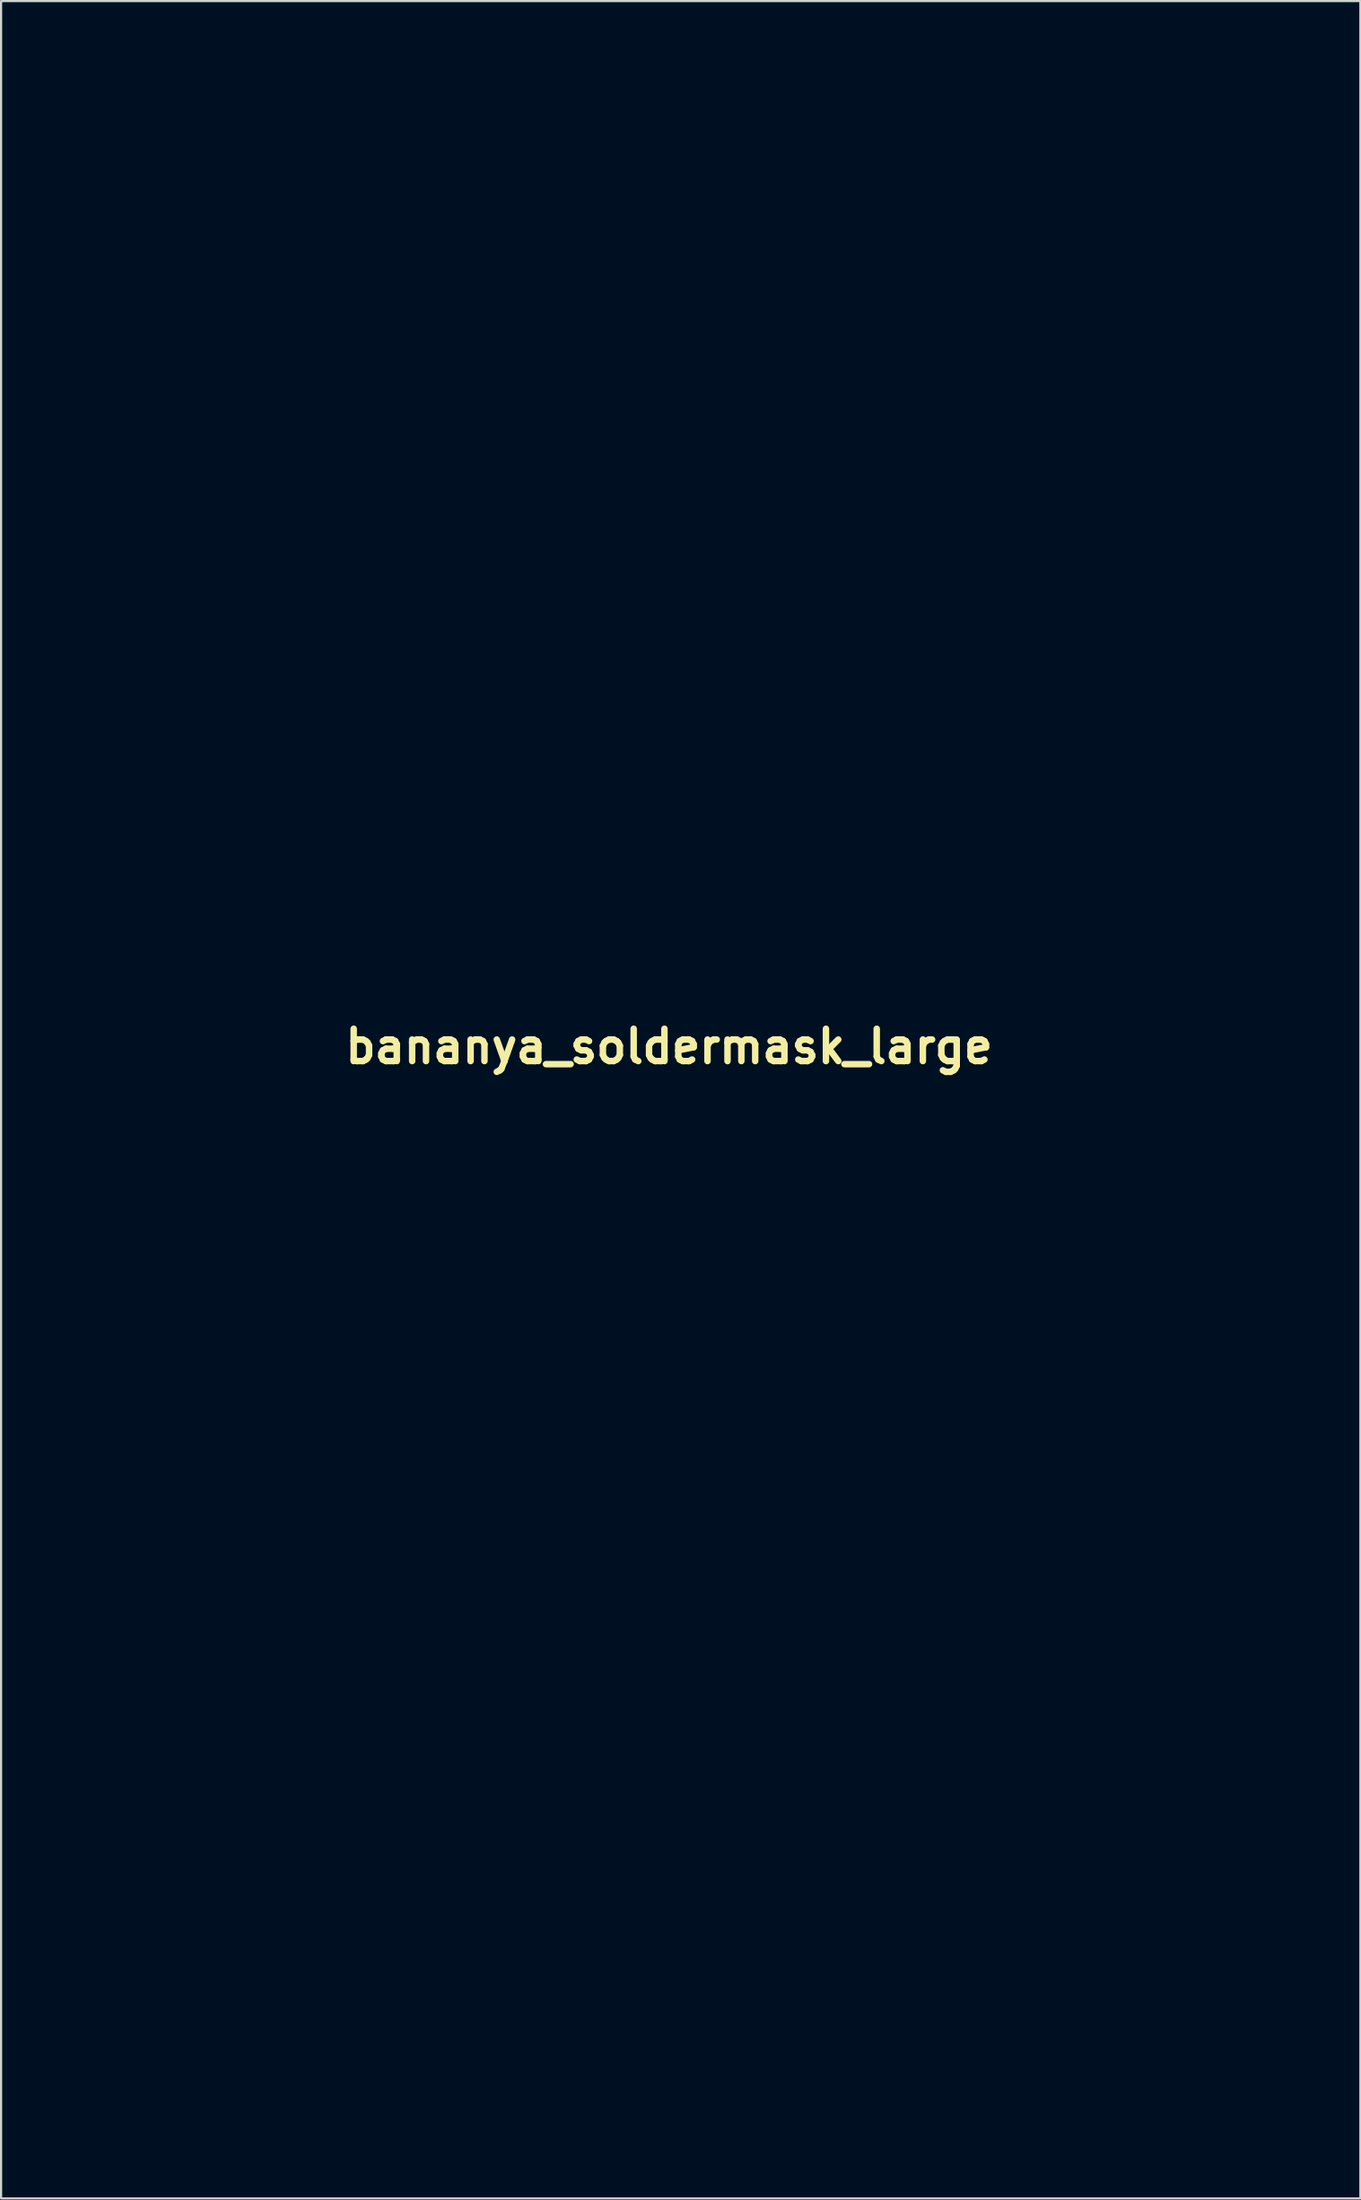
<source format=kicad_pcb>
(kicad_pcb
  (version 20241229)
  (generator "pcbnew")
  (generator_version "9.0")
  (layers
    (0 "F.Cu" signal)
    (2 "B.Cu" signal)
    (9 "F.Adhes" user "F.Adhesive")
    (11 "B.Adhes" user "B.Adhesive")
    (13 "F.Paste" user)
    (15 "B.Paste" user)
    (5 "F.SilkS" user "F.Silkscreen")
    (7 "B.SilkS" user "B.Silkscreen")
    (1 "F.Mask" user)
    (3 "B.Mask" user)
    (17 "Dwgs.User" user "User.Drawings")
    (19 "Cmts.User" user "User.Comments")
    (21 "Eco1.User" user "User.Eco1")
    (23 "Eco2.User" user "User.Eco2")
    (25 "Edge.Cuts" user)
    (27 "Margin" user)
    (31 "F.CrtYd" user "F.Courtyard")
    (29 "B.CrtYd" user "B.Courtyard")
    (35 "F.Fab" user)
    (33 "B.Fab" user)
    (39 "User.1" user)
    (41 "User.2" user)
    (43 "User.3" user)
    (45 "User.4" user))
  (footprint "bananya_soldermask_large"
    (layer "F.Cu")
    (at 28.016 45.537)
    (property "Reference" "bananya_soldermask_large" (at 0 0 0) (layer "F.SilkS") (effects (font (size 1.5 1.5) (thickness 0.3))))
    (attr board_only exclude_from_pos_files exclude_from_bom)
    (fp_poly (pts (xy -10.86 -33.186) (xy -10.547 -33.004) (xy -10.308 -32.696) (xy -10.269 -32.611) (xy -10.151 -32.134) (xy -10.159 -31.604) (xy -10.282 -31.07) (xy -10.509 -30.582) (xy -10.739 -30.28) (xy -11.138 -29.94) (xy -11.537 -29.759) (xy -11.927 -29.739) (xy -12.192 -29.825) (xy -12.443 -30.038) (xy -12.629 -30.372) (xy -12.746 -30.791) (xy -12.789 -31.258) (xy -12.75 -31.737) (xy -12.626 -32.189) (xy -12.563 -32.332) (xy -12.297 -32.726) (xy -11.966 -33.012) (xy -11.598 -33.187) (xy -11.22 -33.246)) (stroke (width 0) (type solid)) (fill yes) (layer "F.Mask"))
    (fp_poly (pts (xy -0.109 -32.569) (xy 0.171 -32.383) (xy 0.487 -32.004) (xy 0.687 -31.569) (xy 0.784 -31.043) (xy 0.798 -30.649) (xy 0.746 -30.033) (xy 0.601 -29.557) (xy 0.362 -29.22) (xy 0.028 -29.021) (xy -0.398 -28.959) (xy -0.691 -28.993) (xy -0.961 -29.071) (xy -0.974 -29.076) (xy -1.387 -29.349) (xy -1.69 -29.746) (xy -1.878 -30.26) (xy -1.947 -30.882) (xy -1.947 -30.93) (xy -1.888 -31.531) (xy -1.707 -32.017) (xy -1.404 -32.39) (xy -1.264 -32.498) (xy -0.903 -32.65) (xy -0.498 -32.673)) (stroke (width 0) (type solid)) (fill yes) (layer "F.Mask"))
    (fp_poly (pts (xy -14.715 -28.724) (xy -14.613 -28.672) (xy -14.596 -28.661) (xy -14.433 -28.479) (xy -14.393 -28.325) (xy -14.439 -28.123) (xy -14.586 -27.938) (xy -14.851 -27.758) (xy -15.25 -27.573) (xy -15.779 -27.379) (xy -16.225 -27.244) (xy -16.549 -27.189) (xy -16.78 -27.213) (xy -16.944 -27.314) (xy -16.963 -27.333) (xy -17.095 -27.586) (xy -17.076 -27.856) (xy -16.915 -28.107) (xy -16.689 -28.274) (xy -16.548 -28.327) (xy -16.285 -28.407) (xy -15.94 -28.503) (xy -15.67 -28.573) (xy -15.277 -28.67) (xy -15.011 -28.726) (xy -14.836 -28.743)) (stroke (width 0) (type solid)) (fill yes) (layer "F.Mask"))
    (fp_poly (pts (xy -15.79 -31.161) (xy -15.494 -31.017) (xy -15.437 -30.986) (xy -15.158 -30.808) (xy -14.856 -30.582) (xy -14.563 -30.334) (xy -14.311 -30.095) (xy -14.131 -29.893) (xy -14.055 -29.755) (xy -14.055 -29.747) (xy -14.126 -29.612) (xy -14.297 -29.48) (xy -14.504 -29.393) (xy -14.603 -29.381) (xy -14.814 -29.425) (xy -14.952 -29.486) (xy -15.122 -29.586) (xy -15.374 -29.732) (xy -15.572 -29.845) (xy -16.021 -30.106) (xy -16.342 -30.301) (xy -16.557 -30.448) (xy -16.684 -30.562) (xy -16.747 -30.659) (xy -16.764 -30.756) (xy -16.764 -30.764) (xy -16.704 -30.989) (xy -16.513 -31.137) (xy -16.228 -31.214) (xy -16.016 -31.221)) (stroke (width 0) (type solid)) (fill yes) (layer "F.Mask"))
    (fp_poly (pts (xy 3.659 -27.749) (xy 4.115 -27.541) (xy 4.339 -27.421) (xy 4.692 -27.222) (xy 5.013 -27.035) (xy 5.258 -26.887) (xy 5.355 -26.823) (xy 5.558 -26.616) (xy 5.651 -26.384) (xy 5.62 -26.174) (xy 5.572 -26.11) (xy 5.389 -26.01) (xy 5.125 -25.948) (xy 4.866 -25.939) (xy 4.747 -25.965) (xy 4.614 -26.044) (xy 4.405 -26.189) (xy 4.262 -26.295) (xy 4.018 -26.466) (xy 3.796 -26.595) (xy 3.706 -26.634) (xy 3.419 -26.777) (xy 3.125 -27.005) (xy 2.892 -27.259) (xy 2.832 -27.356) (xy 2.757 -27.534) (xy 2.779 -27.648) (xy 2.843 -27.723) (xy 3.039 -27.837) (xy 3.305 -27.847)) (stroke (width 0) (type solid)) (fill yes) (layer "F.Mask"))
    (fp_poly (pts (xy 5.607 -29.855) (xy 5.737 -29.804) (xy 5.848 -29.722) (xy 5.933 -29.64) (xy 6.111 -29.443) (xy 6.168 -29.298) (xy 6.11 -29.15) (xy 6.025 -29.037) (xy 5.94 -28.952) (xy 5.823 -28.891) (xy 5.641 -28.847) (xy 5.36 -28.813) (xy 4.947 -28.779) (xy 4.903 -28.776) (xy 4.484 -28.745) (xy 4.097 -28.712) (xy 3.792 -28.683) (xy 3.641 -28.665) (xy 3.346 -28.666) (xy 3.056 -28.726) (xy 2.838 -28.832) (xy 2.691 -28.954) (xy 2.683 -28.966) (xy 2.63 -29.174) (xy 2.739 -29.362) (xy 3 -29.525) (xy 3.407 -29.66) (xy 3.951 -29.761) (xy 4.289 -29.8) (xy 4.797 -29.847) (xy 5.166 -29.873) (xy 5.426 -29.877)) (stroke (width 0) (type solid)) (fill yes) (layer "F.Mask"))
    (fp_poly (pts (xy -6.711 -31.015) (xy -6.488 -30.869) (xy -6.336 -30.677) (xy -6.3 -30.479) (xy -6.306 -30.455) (xy -6.386 -30.171) (xy -6.401 -29.974) (xy -6.336 -29.805) (xy -6.175 -29.606) (xy -6.042 -29.464) (xy -5.649 -29.12) (xy -5.135 -28.793) (xy -4.835 -28.635) (xy -4.479 -28.442) (xy -4.168 -28.249) (xy -3.943 -28.082) (xy -3.866 -28.003) (xy -3.692 -27.771) (xy -3.866 -27.538) (xy -4.11 -27.344) (xy -4.448 -27.272) (xy -4.854 -27.322) (xy -5.305 -27.494) (xy -5.338 -27.511) (xy -5.617 -27.688) (xy -5.949 -27.945) (xy -6.277 -28.235) (xy -6.375 -28.332) (xy -6.942 -28.908) (xy -7.345 -28.522) (xy -7.751 -28.157) (xy -8.102 -27.905) (xy -8.443 -27.737) (xy -8.774 -27.638) (xy -9.224 -27.573) (xy -9.552 -27.615) (xy -9.752 -27.762) (xy -9.821 -28.014) (xy -9.821 -28.02) (xy -9.74 -28.283) (xy -9.493 -28.517) (xy -9.081 -28.721) (xy -9.036 -28.738) (xy -8.496 -28.989) (xy -8.05 -29.301) (xy -7.73 -29.65) (xy -7.645 -29.791) (xy -7.538 -30.022) (xy -7.508 -30.169) (xy -7.549 -30.293) (xy -7.588 -30.357) (xy -7.659 -30.589) (xy -7.586 -30.802) (xy -7.393 -30.97) (xy -7.106 -31.063) (xy -6.961 -31.073)) (stroke (width 0) (type solid)) (fill yes) (layer "F.Mask"))
    (fp_poly (pts (xy 10.075 -9.369) (xy 10.678 -9.331) (xy 11.168 -9.272) (xy 11.604 -9.178) (xy 12.042 -9.037) (xy 12.54 -8.834) (xy 12.77 -8.732) (xy 13.444 -8.397) (xy 14.166 -7.982) (xy 14.897 -7.515) (xy 15.597 -7.022) (xy 16.228 -6.53) (xy 16.751 -6.065) (xy 16.861 -5.955) (xy 17.433 -5.315) (xy 18.026 -4.558) (xy 18.609 -3.73) (xy 19.152 -2.874) (xy 19.623 -2.035) (xy 19.775 -1.736) (xy 20.454 -0.274) (xy 21.011 1.086) (xy 21.416 2.242) (xy 21.657 3.056) (xy 21.888 3.948) (xy 22.101 4.877) (xy 22.285 5.799) (xy 22.434 6.674) (xy 22.538 7.457) (xy 22.576 7.874) (xy 22.591 8.307) (xy 22.591 8.863) (xy 22.575 9.508) (xy 22.547 10.206) (xy 22.509 10.922) (xy 22.461 11.622) (xy 22.407 12.271) (xy 22.348 12.833) (xy 22.286 13.274) (xy 22.263 13.4) (xy 22.112 14.067) (xy 21.95 14.666) (xy 21.783 15.173) (xy 21.619 15.562) (xy 21.468 15.809) (xy 21.467 15.811) (xy 21.265 16.044) (xy 21.205 15.803) (xy 21.176 15.522) (xy 21.191 15.084) (xy 21.252 14.487) (xy 21.357 13.73) (xy 21.436 13.23) (xy 21.509 12.765) (xy 21.556 12.398) (xy 21.577 12.076) (xy 21.575 11.744) (xy 21.552 11.346) (xy 21.516 10.902) (xy 21.364 9.317) (xy 21.194 7.875) (xy 20.999 6.553) (xy 20.774 5.325) (xy 20.515 4.167) (xy 20.216 3.054) (xy 19.872 1.961) (xy 19.477 0.863) (xy 19.289 0.381) (xy 18.625 -1.145) (xy 17.903 -2.525) (xy 17.112 -3.776) (xy 16.242 -4.916) (xy 15.933 -5.272) (xy 15.715 -5.511) (xy 15.509 -5.721) (xy 15.287 -5.924) (xy 15.025 -6.141) (xy 14.696 -6.396) (xy 14.273 -6.709) (xy 13.887 -6.99) (xy 13.026 -7.572) (xy 12.219 -8.024) (xy 11.431 -8.359) (xy 10.628 -8.592) (xy 9.776 -8.735) (xy 9.398 -8.772) (xy 8.919 -8.82) (xy 8.59 -8.878) (xy 8.392 -8.952) (xy 8.305 -9.048) (xy 8.297 -9.096) (xy 8.379 -9.221) (xy 8.619 -9.312) (xy 9.009 -9.366) (xy 9.542 -9.383)) (stroke (width 0) (type solid)) (fill yes) (layer "F.Mask"))
    (fp_poly (pts (xy 5.495 -6.649) (xy 5.583 -6.58) (xy 5.661 -6.425) (xy 5.73 -6.179) (xy 5.79 -5.834) (xy 5.842 -5.381) (xy 5.886 -4.814) (xy 5.923 -4.126) (xy 5.952 -3.309) (xy 5.974 -2.355) (xy 5.991 -1.258) (xy 6.001 -0.01) (xy 6.007 1.397) (xy 6.007 2.117) (xy 6.006 3.062) (xy 6.002 3.991) (xy 5.996 4.885) (xy 5.988 5.723) (xy 5.977 6.485) (xy 5.965 7.151) (xy 5.952 7.701) (xy 5.938 8.114) (xy 5.928 8.297) (xy 5.895 8.81) (xy 5.856 9.432) (xy 5.816 10.102) (xy 5.777 10.759) (xy 5.755 11.134) (xy 5.715 11.771) (xy 5.662 12.51) (xy 5.602 13.281) (xy 5.54 14.018) (xy 5.497 14.478) (xy 5.436 15.127) (xy 5.369 15.835) (xy 5.303 16.543) (xy 5.244 17.189) (xy 5.205 17.611) (xy 5.166 18.041) (xy 5.127 18.443) (xy 5.086 18.841) (xy 5.04 19.255) (xy 4.986 19.707) (xy 4.922 20.221) (xy 4.845 20.816) (xy 4.753 21.516) (xy 4.643 22.343) (xy 4.527 23.199) (xy 4.41 24.064) (xy 4.309 24.795) (xy 4.216 25.419) (xy 4.127 25.964) (xy 4.035 26.459) (xy 3.933 26.932) (xy 3.815 27.411) (xy 3.675 27.926) (xy 3.506 28.502) (xy 3.303 29.171) (xy 3.059 29.958) (xy 2.922 30.395) (xy 2.684 31.138) (xy 2.423 31.916) (xy 2.146 32.712) (xy 1.859 33.509) (xy 1.57 34.29) (xy 1.285 35.037) (xy 1.01 35.733) (xy 0.753 36.362) (xy 0.519 36.906) (xy 0.317 37.348) (xy 0.152 37.671) (xy 0.031 37.858) (xy -0.006 37.892) (xy -0.063 37.857) (xy -0.085 37.716) (xy -0.059 37.434) (xy 0.012 37.019) (xy 0.123 36.502) (xy 0.267 35.91) (xy 0.436 35.272) (xy 0.625 34.618) (xy 0.681 34.433) (xy 1.066 33.178) (xy 1.405 32.072) (xy 1.7 31.101) (xy 1.955 30.253) (xy 2.174 29.514) (xy 2.36 28.872) (xy 2.517 28.313) (xy 2.649 27.825) (xy 2.759 27.394) (xy 2.852 27.008) (xy 2.929 26.654) (xy 2.996 26.318) (xy 3.056 25.988) (xy 3.09 25.781) (xy 3.154 25.37) (xy 3.232 24.831) (xy 3.322 24.19) (xy 3.419 23.471) (xy 3.521 22.701) (xy 3.624 21.905) (xy 3.725 21.108) (xy 3.821 20.336) (xy 3.909 19.615) (xy 3.986 18.969) (xy 4.047 18.424) (xy 4.09 18.006) (xy 4.107 17.822) (xy 4.13 17.546) (xy 4.166 17.135) (xy 4.212 16.62) (xy 4.265 16.034) (xy 4.323 15.41) (xy 4.363 14.986) (xy 4.425 14.305) (xy 4.488 13.593) (xy 4.547 12.894) (xy 4.599 12.255) (xy 4.641 11.718) (xy 4.655 11.515) (xy 4.69 11.007) (xy 4.733 10.383) (xy 4.78 9.697) (xy 4.828 9) (xy 4.874 8.346) (xy 4.874 8.34) (xy 4.902 7.887) (xy 4.926 7.372) (xy 4.947 6.782) (xy 4.965 6.106) (xy 4.981 5.33) (xy 4.993 4.443) (xy 5.003 3.432) (xy 5.011 2.286) (xy 5.017 0.991) (xy 5.021 -0.064) (xy 5.024 -1.274) (xy 5.027 -2.325) (xy 5.031 -3.229) (xy 5.036 -3.996) (xy 5.041 -4.64) (xy 5.048 -5.169) (xy 5.056 -5.596) (xy 5.066 -5.932) (xy 5.078 -6.187) (xy 5.092 -6.373) (xy 5.109 -6.502) (xy 5.129 -6.583) (xy 5.152 -6.629) (xy 5.178 -6.65) (xy 5.186 -6.653) (xy 5.393 -6.668)) (stroke (width 0) (type solid)) (fill yes) (layer "F.Mask"))
    (fp_poly (pts (xy -2.485 -45.525) (xy -1.581 -45.489) (xy -0.689 -45.429) (xy 0.161 -45.347) (xy 0.804 -45.262) (xy 1.067 -45.214) (xy 1.442 -45.133) (xy 1.899 -45.028) (xy 2.411 -44.904) (xy 2.951 -44.77) (xy 3.49 -44.632) (xy 4 -44.497) (xy 4.452 -44.373) (xy 4.821 -44.267) (xy 5.076 -44.186) (xy 5.184 -44.142) (xy 5.287 -44.152) (xy 5.51 -44.215) (xy 5.816 -44.319) (xy 6.034 -44.4) (xy 6.714 -44.645) (xy 7.319 -44.824) (xy 7.919 -44.953) (xy 8.586 -45.051) (xy 8.636 -45.057) (xy 9.103 -45.101) (xy 9.643 -45.133) (xy 10.221 -45.152) (xy 10.803 -45.16) (xy 11.355 -45.154) (xy 11.844 -45.137) (xy 12.234 -45.107) (xy 12.493 -45.064) (xy 12.51 -45.059) (xy 12.694 -45) (xy 12.839 -44.931) (xy 12.949 -44.834) (xy 13.027 -44.689) (xy 13.079 -44.477) (xy 13.108 -44.178) (xy 13.119 -43.772) (xy 13.117 -43.241) (xy 13.105 -42.563) (xy 13.101 -42.395) (xy 13.084 -41.665) (xy 13.063 -41.073) (xy 13.037 -40.589) (xy 13.002 -40.18) (xy 12.957 -39.816) (xy 12.9 -39.465) (xy 12.867 -39.293) (xy 12.785 -38.863) (xy 12.74 -38.565) (xy 12.728 -38.366) (xy 12.748 -38.234) (xy 12.788 -38.15) (xy 12.867 -38.016) (xy 13.011 -37.764) (xy 13.203 -37.427) (xy 13.424 -37.034) (xy 13.531 -36.841) (xy 14.252 -35.453) (xy 14.942 -33.938) (xy 15.585 -32.336) (xy 16.166 -30.689) (xy 16.671 -29.037) (xy 17.083 -27.422) (xy 17.146 -27.136) (xy 17.234 -26.746) (xy 17.354 -26.24) (xy 17.493 -25.663) (xy 17.641 -25.063) (xy 17.769 -24.553) (xy 17.913 -23.969) (xy 18.053 -23.366) (xy 18.179 -22.79) (xy 18.28 -22.289) (xy 18.34 -21.95) (xy 18.49 -20.997) (xy 18.961 -20.997) (xy 19.35 -20.964) (xy 19.837 -20.874) (xy 20.365 -20.742) (xy 20.878 -20.583) (xy 21.319 -20.411) (xy 21.441 -20.353) (xy 22.255 -19.889) (xy 22.993 -19.363) (xy 23.607 -18.808) (xy 23.609 -18.805) (xy 24.031 -18.318) (xy 24.492 -17.7) (xy 24.976 -16.981) (xy 25.465 -16.191) (xy 25.943 -15.358) (xy 26.393 -14.513) (xy 26.797 -13.685) (xy 27.14 -12.903) (xy 27.379 -12.266) (xy 27.509 -11.861) (xy 27.658 -11.359) (xy 27.815 -10.8) (xy 27.971 -10.221) (xy 28.116 -9.659) (xy 28.239 -9.154) (xy 28.33 -8.742) (xy 28.373 -8.509) (xy 28.478 -7.79) (xy 28.585 -6.996) (xy 28.684 -6.2) (xy 28.767 -5.473) (xy 28.79 -5.249) (xy 28.837 -4.804) (xy 28.889 -4.351) (xy 28.938 -3.96) (xy 28.959 -3.81) (xy 28.997 -3.453) (xy 29.03 -2.959) (xy 29.057 -2.361) (xy 29.078 -1.692) (xy 29.093 -0.984) (xy 29.101 -0.271) (xy 29.101 0.416) (xy 29.093 1.044) (xy 29.076 1.58) (xy 29.051 1.991) (xy 29.047 2.032) (xy 29.014 2.419) (xy 28.978 2.932) (xy 28.942 3.528) (xy 28.908 4.163) (xy 28.879 4.794) (xy 28.874 4.911) (xy 28.811 6.001) (xy 28.71 7.143) (xy 28.575 8.308) (xy 28.411 9.463) (xy 28.224 10.579) (xy 28.017 11.623) (xy 27.796 12.565) (xy 27.566 13.375) (xy 27.524 13.504) (xy 27.375 13.962) (xy 27.228 14.428) (xy 27.102 14.842) (xy 27.024 15.113) (xy 26.916 15.464) (xy 26.755 15.935) (xy 26.555 16.489) (xy 26.328 17.091) (xy 26.089 17.705) (xy 25.85 18.295) (xy 25.627 18.825) (xy 25.547 19.008) (xy 25.053 20.014) (xy 24.537 20.857) (xy 23.992 21.543) (xy 23.415 22.077) (xy 22.798 22.466) (xy 22.138 22.714) (xy 22.016 22.744) (xy 21.327 22.825) (xy 20.651 22.763) (xy 20.033 22.562) (xy 20.022 22.557) (xy 19.703 22.376) (xy 19.438 22.154) (xy 19.225 21.877) (xy 19.06 21.53) (xy 18.941 21.099) (xy 18.864 20.571) (xy 18.826 19.931) (xy 18.825 19.165) (xy 18.858 18.259) (xy 18.914 17.299) (xy 18.985 16.077) (xy 19.026 14.974) (xy 19.037 13.941) (xy 19.016 12.928) (xy 18.963 11.889) (xy 18.877 10.774) (xy 18.82 10.16) (xy 18.799 9.952) (xy 18.78 9.842) (xy 18.763 9.842) (xy 18.742 9.966) (xy 18.714 10.229) (xy 18.677 10.642) (xy 18.663 10.795) (xy 18.597 11.421) (xy 18.498 12.178) (xy 18.371 13.035) (xy 18.223 13.957) (xy 18.059 14.912) (xy 17.885 15.867) (xy 17.706 16.789) (xy 17.529 17.644) (xy 17.358 18.401) (xy 17.352 18.425) (xy 17.123 19.364) (xy 16.913 20.178) (xy 16.709 20.909) (xy 16.498 21.596) (xy 16.267 22.282) (xy 16.004 23.008) (xy 15.695 23.814) (xy 15.622 24.003) (xy 15.119 25.254) (xy 14.623 26.422) (xy 14.116 27.541) (xy 13.581 28.646) (xy 13.001 29.771) (xy 12.36 30.95) (xy 11.641 32.218) (xy 11.358 32.707) (xy 11.045 33.248) (xy 10.733 33.791) (xy 10.442 34.302) (xy 10.191 34.746) (xy 10.001 35.091) (xy 9.953 35.179) (xy 9.619 35.768) (xy 9.211 36.437) (xy 8.762 37.135) (xy 8.305 37.811) (xy 7.873 38.412) (xy 7.782 38.533) (xy 7.515 38.861) (xy 7.148 39.278) (xy 6.709 39.758) (xy 6.221 40.274) (xy 5.711 40.8) (xy 5.203 41.31) (xy 4.724 41.777) (xy 4.298 42.175) (xy 4.023 42.419) (xy 3.252 43.122) (xy 2.446 43.943) (xy 1.634 44.846) (xy 0.847 45.794) (xy 0.118 46.749) (xy -0.524 47.676) (xy -0.762 48.053) (xy -1.178 48.652) (xy -1.647 49.194) (xy -2.135 49.644) (xy -2.612 49.969) (xy -2.684 50.007) (xy -2.992 50.148) (xy -3.269 50.25) (xy -3.458 50.292) (xy -3.466 50.292) (xy -3.701 50.316) (xy -3.97 50.371) (xy -3.979 50.374) (xy -4.214 50.412) (xy -4.581 50.443) (xy -5.047 50.466) (xy -5.574 50.48) (xy -6.128 50.485) (xy -6.673 50.481) (xy -7.172 50.467) (xy -7.59 50.443) (xy -7.874 50.412) (xy -8.549 50.288) (xy -9.09 50.148) (xy -9.532 49.98) (xy -9.909 49.772) (xy -9.98 49.725) (xy -10.49 49.332) (xy -10.964 48.885) (xy -11.362 48.425) (xy -11.639 48.006) (xy -11.734 47.822) (xy -11.801 47.659) (xy -11.847 47.483) (xy -11.875 47.26) (xy -11.892 46.955) (xy -11.902 46.535) (xy -11.907 46.228) (xy -11.943 45.345) (xy -12.027 44.609) (xy -12.161 44.003) (xy -12.349 43.511) (xy -12.473 43.289) (xy -12.819 42.677) (xy -13.18 41.912) (xy -13.546 41.021) (xy -13.681 40.677) (xy -13.864 40.21) (xy -14.083 39.656) (xy -14.323 39.048) (xy -14.571 38.422) (xy -14.734 38.013) (xy -15.118 37.037) (xy -15.443 36.185) (xy -15.717 35.425) (xy -15.948 34.727) (xy -16.145 34.06) (xy -16.317 33.393) (xy -16.472 32.694) (xy -16.62 31.932) (xy -16.767 31.077) (xy -16.924 30.099) (xy -17.045 29.32) (xy -17.142 28.676) (xy -17.221 28.135) (xy -17.285 27.665) (xy -17.338 27.233) (xy -17.384 26.808) (xy -17.428 26.357) (xy -17.473 25.849) (xy -17.482 25.739) (xy -17.536 25.121) (xy -17.598 24.421) (xy -17.661 23.718) (xy -17.719 23.09) (xy -17.728 22.987) (xy -17.779 22.432) (xy -17.837 21.771) (xy -17.897 21.067) (xy -17.954 20.383) (xy -17.987 19.981) (xy -18.083 18.779) (xy -18.168 17.736) (xy -18.241 16.842) (xy -18.273 16.455) (xy -17.071 16.455) (xy -17.058 16.694) (xy -17.031 17.06) (xy -16.994 17.535) (xy -16.946 18.097) (xy -16.892 18.725) (xy -16.831 19.401) (xy -16.767 20.103) (xy -16.7 20.811) (xy -16.634 21.506) (xy -16.569 22.165) (xy -16.507 22.771) (xy -16.451 23.301) (xy -16.402 23.736) (xy -16.38 23.918) (xy -16.332 24.329) (xy -16.276 24.854) (xy -16.217 25.442) (xy -16.161 26.039) (xy -16.131 26.374) (xy -16.047 27.224) (xy -15.937 28.16) (xy -15.806 29.144) (xy -15.661 30.137) (xy -15.507 31.1) (xy -15.351 31.994) (xy -15.197 32.781) (xy -15.109 33.18) (xy -14.959 33.755) (xy -14.749 34.449) (xy -14.491 35.225) (xy -14.197 36.048) (xy -13.879 36.884) (xy -13.586 37.611) (xy -13.349 38.188) (xy -13.097 38.812) (xy -12.854 39.427) (xy -12.64 39.978) (xy -12.522 40.288) (xy -12.218 41.083) (xy -11.937 41.771) (xy -11.685 42.341) (xy -11.466 42.783) (xy -11.286 43.086) (xy -11.15 43.24) (xy -11.131 43.25) (xy -11.003 43.398) (xy -10.896 43.713) (xy -10.81 44.196) (xy -10.745 44.846) (xy -10.702 45.665) (xy -10.7 45.707) (xy -10.663 46.778) (xy -10.348 46.767) (xy -10.181 46.762) (xy -9.87 46.754) (xy -9.442 46.743) (xy -8.921 46.73) (xy -8.334 46.716) (xy -7.706 46.7) (xy -7.705 46.7) (xy -5.376 46.645) (xy -5.025 45.956) (xy -4.85 45.633) (xy -4.683 45.357) (xy -4.551 45.173) (xy -4.513 45.134) (xy -4.387 44.988) (xy -4.229 44.748) (xy -4.108 44.535) (xy -3.95 44.248) (xy -3.74 43.88) (xy -3.513 43.495) (xy -3.425 43.349) (xy -2.877 42.45) (xy -2.41 41.685) (xy -2.017 41.044) (xy -1.692 40.518) (xy -1.427 40.095) (xy -1.216 39.765) (xy -1.052 39.519) (xy -0.928 39.345) (xy -0.838 39.234) (xy -0.774 39.175) (xy -0.73 39.159) (xy -0.699 39.174) (xy -0.675 39.209) (xy -0.654 39.358) (xy -0.672 39.629) (xy -0.721 39.981) (xy -0.794 40.374) (xy -0.886 40.765) (xy -0.978 41.083) (xy -1.246 41.759) (xy -1.593 42.424) (xy -1.777 42.714) (xy -2.008 43.066) (xy -2.26 43.468) (xy -2.512 43.888) (xy -2.747 44.292) (xy -2.944 44.648) (xy -3.085 44.922) (xy -3.146 45.066) (xy -3.26 45.451) (xy -3.316 45.695) (xy -3.317 45.818) (xy -3.266 45.838) (xy -3.263 45.836) (xy -3.131 45.861) (xy -3.052 45.927) (xy -2.932 46.013) (xy -2.869 46.011) (xy -2.73 45.958) (xy -2.617 45.93) (xy -2.498 45.923) (xy -2.52 45.991) (xy -2.537 46.013) (xy -2.579 46.114) (xy -2.471 46.18) (xy -2.46 46.184) (xy -2.312 46.27) (xy -2.304 46.365) (xy -2.388 46.417) (xy -2.411 46.487) (xy -2.333 46.614) (xy -2.192 46.757) (xy -2.027 46.875) (xy -1.905 46.925) (xy -1.827 46.942) (xy -1.762 46.94) (xy -1.693 46.9) (xy -1.599 46.801) (xy -1.462 46.625) (xy -1.262 46.351) (xy -0.993 45.974) (xy -0.663 45.542) (xy -0.236 45.026) (xy 0.261 44.455) (xy 0.8 43.859) (xy 1.355 43.267) (xy 1.897 42.709) (xy 2.4 42.216) (xy 2.835 41.816) (xy 2.891 41.769) (xy 3.309 41.394) (xy 3.788 40.939) (xy 4.301 40.432) (xy 4.82 39.901) (xy 5.316 39.376) (xy 5.762 38.886) (xy 6.13 38.46) (xy 6.328 38.212) (xy 7.01 37.269) (xy 7.665 36.278) (xy 8.244 35.313) (xy 8.296 35.221) (xy 8.513 34.836) (xy 8.783 34.361) (xy 9.073 33.855) (xy 9.351 33.372) (xy 9.383 33.316) (xy 9.905 32.415) (xy 10.35 31.642) (xy 10.73 30.976) (xy 11.056 30.401) (xy 11.336 29.896) (xy 11.581 29.444) (xy 11.802 29.026) (xy 12.009 28.623) (xy 12.212 28.216) (xy 12.409 27.813) (xy 12.754 27.076) (xy 13.134 26.225) (xy 13.529 25.301) (xy 13.923 24.348) (xy 14.297 23.41) (xy 14.634 22.53) (xy 14.916 21.75) (xy 14.957 21.632) (xy 15.177 20.936) (xy 15.413 20.096) (xy 15.66 19.135) (xy 15.911 18.079) (xy 16.161 16.951) (xy 16.406 15.774) (xy 16.64 14.574) (xy 16.857 13.374) (xy 17.052 12.199) (xy 17.053 12.192) (xy 17.185 11.2) (xy 17.288 10.082) (xy 17.362 8.879) (xy 17.403 7.634) (xy 17.409 6.387) (xy 17.398 5.715) (xy 17.379 5.112) (xy 17.357 4.547) (xy 17.332 4.047) (xy 17.306 3.641) (xy 17.282 3.357) (xy 17.266 3.245) (xy 17.188 2.999) (xy 17.042 2.636) (xy 16.843 2.188) (xy 16.606 1.684) (xy 16.347 1.157) (xy 16.079 0.638) (xy 15.819 0.156) (xy 15.581 -0.258) (xy 15.426 -0.506) (xy 14.842 -1.339) (xy 14.199 -2.173) (xy 13.521 -2.983) (xy 12.832 -3.739) (xy 12.157 -4.415) (xy 11.522 -4.983) (xy 11.2 -5.237) (xy 10.346 -5.835) (xy 9.506 -6.346) (xy 8.7 -6.758) (xy 7.949 -7.062) (xy 7.275 -7.248) (xy 7.055 -7.283) (xy 6.738 -7.329) (xy 6.486 -7.374) (xy 6.346 -7.411) (xy 6.339 -7.415) (xy 6.213 -7.411) (xy 6.112 -7.353) (xy 5.919 -7.217) (xy 5.685 -7.09) (xy 5.371 -6.955) (xy 4.94 -6.794) (xy 4.841 -6.759) (xy 4.358 -6.583) (xy 3.968 -6.422) (xy 3.638 -6.252) (xy 3.333 -6.051) (xy 3.021 -5.797) (xy 2.667 -5.467) (xy 2.239 -5.038) (xy 2.15 -4.946) (xy 1.155 -3.881) (xy 0.308 -2.871) (xy -0.399 -1.904) (xy -0.975 -0.969) (xy -1.325 -0.283) (xy -1.824 0.932) (xy -2.261 2.289) (xy -2.632 3.772) (xy -2.935 5.366) (xy -3.167 7.053) (xy -3.323 8.818) (xy -3.386 10.075) (xy -3.417 10.96) (xy -3.445 11.7) (xy -3.471 12.321) (xy -3.498 12.847) (xy -3.526 13.303) (xy -3.557 13.713) (xy -3.594 14.104) (xy -3.637 14.499) (xy -3.689 14.923) (xy -3.73 15.244) (xy -3.954 16.789) (xy -4.2 18.171) (xy -4.472 19.396) (xy -4.77 20.469) (xy -5.096 21.396) (xy -5.452 22.182) (xy -5.839 22.833) (xy -5.955 22.994) (xy -6.31 23.414) (xy -6.738 23.843) (xy -7.194 24.24) (xy -7.632 24.566) (xy -7.903 24.729) (xy -8.311 24.905) (xy -8.794 25.06) (xy -9.284 25.173) (xy -9.711 25.227) (xy -9.799 25.229) (xy -10.255 25.188) (xy -10.785 25.077) (xy -11.32 24.918) (xy -11.793 24.728) (xy -12.006 24.615) (xy -12.676 24.153) (xy -13.28 23.626) (xy -13.789 23.065) (xy -14.175 22.499) (xy -14.293 22.267) (xy -14.436 21.971) (xy -14.58 21.706) (xy -14.658 21.58) (xy -14.878 21.229) (xy -15.141 20.756) (xy -15.43 20.193) (xy -15.729 19.575) (xy -16.02 18.938) (xy -16.287 18.316) (xy -16.509 17.757) (xy -16.681 17.304) (xy -16.833 16.914) (xy -16.955 16.611) (xy -17.037 16.42) (xy -17.07 16.364) (xy -17.071 16.455) (xy -18.273 16.455) (xy -18.304 16.089) (xy -18.357 15.465) (xy -18.402 14.962) (xy -18.438 14.569) (xy -18.468 14.278) (xy -18.491 14.078) (xy -18.509 13.96) (xy -18.516 13.928) (xy -18.554 13.927) (xy -18.613 14.082) (xy -18.691 14.381) (xy -18.768 14.732) (xy -19.012 15.789) (xy -19.287 16.757) (xy -19.588 17.616) (xy -19.906 18.345) (xy -20.213 18.891) (xy -20.595 19.331) (xy -21.084 19.676) (xy -21.638 19.9) (xy -22.212 19.981) (xy -22.217 19.981) (xy -22.561 19.916) (xy -22.942 19.738) (xy -23.305 19.479) (xy -23.482 19.307) (xy -23.628 19.114) (xy -23.751 18.876) (xy -23.855 18.571) (xy -23.944 18.18) (xy -24.023 17.682) (xy -24.097 17.056) (xy -24.171 16.281) (xy -24.173 16.256) (xy -24.212 15.803) (xy -24.245 15.436) (xy -24.275 15.127) (xy -24.307 14.848) (xy -24.344 14.573) (xy -24.391 14.273) (xy -24.451 13.921) (xy -24.529 13.49) (xy -24.629 12.951) (xy -24.754 12.278) (xy -24.778 12.15) (xy -24.959 11.206) (xy -25.167 10.174) (xy -25.395 9.083) (xy -25.637 7.962) (xy -25.886 6.839) (xy -26.136 5.744) (xy -26.379 4.707) (xy -26.611 3.755) (xy -26.823 2.918) (xy -26.97 2.371) (xy -27.091 1.889) (xy -27.228 1.276) (xy -27.373 0.566) (xy -27.52 -0.206) (xy -27.663 -1.004) (xy -27.794 -1.792) (xy -27.908 -2.534) (xy -27.944 -2.794) (xy -27.982 -3.211) (xy -28.006 -3.769) (xy -28.016 -4.44) (xy -28.012 -5.197) (xy -28.012 -5.203) (xy -26.669 -5.203) (xy -26.666 -4.239) (xy -26.627 -3.318) (xy -26.551 -2.476) (xy -26.496 -2.074) (xy -26.411 -1.543) (xy -26.335 -1.067) (xy -26.265 -0.633) (xy -26.197 -0.226) (xy -26.128 0.168) (xy -26.056 0.564) (xy -25.978 0.975) (xy -25.892 1.416) (xy -25.793 1.901) (xy -25.679 2.445) (xy -25.548 3.061) (xy -25.397 3.765) (xy -25.222 4.569) (xy -25.02 5.489) (xy -24.79 6.539) (xy -24.527 7.733) (xy -24.384 8.382) (xy -24.092 9.756) (xy -23.851 10.979) (xy -23.664 12.049) (xy -23.529 12.963) (xy -23.449 13.716) (xy -23.372 14.663) (xy -23.305 15.456) (xy -23.247 16.111) (xy -23.195 16.644) (xy -23.148 17.069) (xy -23.103 17.403) (xy -23.06 17.661) (xy -23.015 17.857) (xy -22.968 18.008) (xy -22.924 18.112) (xy -22.737 18.457) (xy -22.551 18.667) (xy -22.331 18.77) (xy -22.056 18.796) (xy -21.789 18.773) (xy -21.576 18.682) (xy -21.348 18.501) (xy -21.168 18.32) (xy -21.012 18.117) (xy -20.873 17.873) (xy -20.747 17.57) (xy -20.628 17.192) (xy -20.512 16.721) (xy -20.392 16.14) (xy -20.264 15.43) (xy -20.122 14.574) (xy -20.08 14.309) (xy -20.038 14.008) (xy -19.99 13.593) (xy -19.94 13.117) (xy -19.895 12.634) (xy -19.893 12.615) (xy -19.842 12.09) (xy -19.777 11.527) (xy -19.707 10.998) (xy -19.647 10.61) (xy -19.501 9.748) (xy -19.825 8.366) (xy -19.962 7.764) (xy -20.11 7.085) (xy -20.254 6.403) (xy -20.377 5.795) (xy -20.401 5.673) (xy -20.509 5.123) (xy -20.628 4.54) (xy -20.744 3.984) (xy -20.846 3.518) (xy -20.867 3.429) (xy -21.136 2.19) (xy -21.346 1.061) (xy -21.502 -0.004) (xy -21.61 -1.05) (xy -21.674 -2.126) (xy -21.7 -3.275) (xy -21.701 -3.81) (xy -21.7 -3.895) (xy -20.404 -3.895) (xy -20.395 -3.044) (xy -20.368 -2.231) (xy -20.32 -1.437) (xy -20.247 -0.642) (xy -20.146 0.174) (xy -20.015 1.03) (xy -19.85 1.946) (xy -19.649 2.94) (xy -19.407 4.033) (xy -19.123 5.245) (xy -18.792 6.593) (xy -18.705 6.943) (xy -18.552 7.548) (xy -18.399 8.144) (xy -18.255 8.696) (xy -18.129 9.169) (xy -18.03 9.529) (xy -17.995 9.652) (xy -17.874 10.046) (xy -17.708 10.563) (xy -17.505 11.174) (xy -17.277 11.853) (xy -17.032 12.571) (xy -16.779 13.3) (xy -16.53 14.014) (xy -16.292 14.683) (xy -16.077 15.281) (xy -15.893 15.78) (xy -15.749 16.152) (xy -15.724 16.214) (xy -15.403 16.997) (xy -15.132 17.647) (xy -14.899 18.191) (xy -14.692 18.652) (xy -14.496 19.055) (xy -14.3 19.425) (xy -14.091 19.788) (xy -13.855 20.167) (xy -13.581 20.588) (xy -13.254 21.076) (xy -13.085 21.327) (xy -12.668 21.934) (xy -12.318 22.416) (xy -12.013 22.792) (xy -11.733 23.081) (xy -11.456 23.303) (xy -11.162 23.477) (xy -10.828 23.624) (xy -10.456 23.754) (xy -10.014 23.857) (xy -9.603 23.852) (xy -9.168 23.732) (xy -8.819 23.575) (xy -8.151 23.149) (xy -7.535 22.572) (xy -6.978 21.853) (xy -6.488 21.005) (xy -6.075 20.039) (xy -5.878 19.447) (xy -5.711 18.812) (xy -5.547 18.033) (xy -5.389 17.135) (xy -5.24 16.143) (xy -5.103 15.084) (xy -4.982 13.981) (xy -4.88 12.86) (xy -4.8 11.748) (xy -4.745 10.668) (xy -4.742 10.583) (xy -4.611 8.404) (xy -4.387 6.362) (xy -4.068 4.458) (xy -3.653 2.687) (xy -3.142 1.049) (xy -2.535 -0.459) (xy -2.052 -1.439) (xy -1.749 -1.97) (xy -1.363 -2.588) (xy -0.922 -3.252) (xy -0.455 -3.922) (xy 0.01 -4.557) (xy 0.445 -5.115) (xy 0.704 -5.426) (xy 1.008 -5.748) (xy 1.346 -6.063) (xy 1.688 -6.347) (xy 2.003 -6.576) (xy 2.261 -6.726) (xy 2.42 -6.773) (xy 2.544 -6.817) (xy 2.762 -6.932) (xy 3.029 -7.093) (xy 3.05 -7.107) (xy 3.73 -7.469) (xy 4.522 -7.744) (xy 5.435 -7.935) (xy 6.48 -8.044) (xy 7.451 -8.073) (xy 7.848 -8.071) (xy 8.148 -8.054) (xy 8.408 -8.01) (xy 8.683 -7.93) (xy 9.031 -7.801) (xy 9.244 -7.717) (xy 10.493 -7.134) (xy 11.714 -6.389) (xy 12.898 -5.491) (xy 14.036 -4.445) (xy 15.119 -3.259) (xy 15.27 -3.076) (xy 15.838 -2.371) (xy 16.313 -1.751) (xy 16.718 -1.181) (xy 17.077 -0.624) (xy 17.414 -0.046) (xy 17.752 0.59) (xy 17.945 0.974) (xy 18.734 2.725) (xy 19.368 4.497) (xy 19.858 6.323) (xy 20.204 8.17) (xy 20.277 8.671) (xy 20.333 9.108) (xy 20.375 9.517) (xy 20.404 9.935) (xy 20.423 10.397) (xy 20.434 10.941) (xy 20.439 11.601) (xy 20.441 11.938) (xy 20.437 13.142) (xy 20.418 14.266) (xy 20.386 15.29) (xy 20.34 16.197) (xy 20.282 16.965) (xy 20.241 17.357) (xy 20.202 17.688) (xy 20.149 18.132) (xy 20.089 18.631) (xy 20.029 19.131) (xy 20.024 19.17) (xy 19.976 19.623) (xy 19.943 20.039) (xy 19.927 20.376) (xy 19.931 20.596) (xy 19.935 20.626) (xy 20.049 20.87) (xy 20.276 21.132) (xy 20.57 21.377) (xy 20.885 21.568) (xy 21.175 21.667) (xy 21.251 21.674) (xy 21.636 21.591) (xy 22.043 21.345) (xy 22.47 20.939) (xy 22.913 20.376) (xy 23.085 20.121) (xy 23.236 19.868) (xy 23.416 19.542) (xy 23.606 19.176) (xy 23.79 18.807) (xy 23.95 18.469) (xy 24.068 18.198) (xy 24.127 18.03) (xy 24.13 18.005) (xy 24.162 17.916) (xy 24.251 17.695) (xy 24.389 17.363) (xy 24.566 16.943) (xy 24.771 16.458) (xy 24.891 16.179) (xy 25.144 15.574) (xy 25.366 15.004) (xy 25.562 14.449) (xy 25.738 13.887) (xy 25.9 13.296) (xy 26.052 12.655) (xy 26.2 11.942) (xy 26.349 11.136) (xy 26.504 10.215) (xy 26.671 9.158) (xy 26.757 8.594) (xy 26.839 8.057) (xy 26.933 7.463) (xy 27.026 6.893) (xy 27.088 6.519) (xy 27.138 6.142) (xy 27.186 5.618) (xy 27.231 4.968) (xy 27.274 4.216) (xy 27.313 3.383) (xy 27.347 2.491) (xy 27.375 1.562) (xy 27.398 0.619) (xy 27.414 -0.316) (xy 27.422 -1.221) (xy 27.422 -2.075) (xy 27.413 -2.854) (xy 27.408 -3.105) (xy 27.388 -3.811) (xy 27.361 -4.4) (xy 27.325 -4.922) (xy 27.273 -5.429) (xy 27.201 -5.973) (xy 27.104 -6.605) (xy 27.057 -6.9) (xy 26.867 -7.976) (xy 26.654 -9.033) (xy 26.425 -10.043) (xy 26.187 -10.976) (xy 25.946 -11.805) (xy 25.71 -12.499) (xy 25.662 -12.625) (xy 25.367 -13.317) (xy 25.005 -14.069) (xy 24.594 -14.851) (xy 24.151 -15.632) (xy 23.694 -16.383) (xy 23.241 -17.073) (xy 22.811 -17.672) (xy 22.42 -18.15) (xy 22.341 -18.237) (xy 21.789 -18.755) (xy 21.173 -19.213) (xy 20.528 -19.594) (xy 19.886 -19.88) (xy 19.281 -20.052) (xy 18.931 -20.094) (xy 18.714 -20.093) (xy 18.606 -20.036) (xy 18.551 -19.876) (xy 18.531 -19.77) (xy 18.456 -19.437) (xy 18.352 -19.132) (xy 18.2 -18.818) (xy 17.982 -18.46) (xy 17.68 -18.02) (xy 17.548 -17.838) (xy 16.892 -17.011) (xy 16.099 -16.143) (xy 15.191 -15.252) (xy 14.189 -14.356) (xy 13.115 -13.472) (xy 11.99 -12.62) (xy 10.837 -11.816) (xy 9.676 -11.081) (xy 9.142 -10.768) (xy 8.612 -10.488) (xy 8.029 -10.216) (xy 7.428 -9.966) (xy 6.845 -9.751) (xy 6.316 -9.584) (xy 5.875 -9.48) (xy 5.657 -9.452) (xy 5.486 -9.421) (xy 5.306 -9.338) (xy 5.083 -9.18) (xy 4.786 -8.928) (xy 4.684 -8.837) (xy 3.766 -8.083) (xy 2.868 -7.492) (xy 1.982 -7.06) (xy 1.127 -6.789) (xy 0.812 -6.71) (xy 0.585 -6.63) (xy 0.396 -6.519) (xy 0.196 -6.346) (xy -0.064 -6.082) (xy -0.097 -6.048) (xy -0.608 -5.485) (xy -1.16 -4.825) (xy -1.713 -4.119) (xy -2.227 -3.418) (xy -2.612 -2.851) (xy -3.165 -1.921) (xy -3.633 -0.961) (xy -4.049 0.093) (xy -4.09 0.212) (xy -4.251 0.663) (xy -4.43 1.147) (xy -4.597 1.584) (xy -4.657 1.736) (xy -4.915 2.484) (xy -5.148 3.366) (xy -5.347 4.347) (xy -5.506 5.392) (xy -5.618 6.467) (xy -5.626 6.562) (xy -5.673 7.209) (xy -5.725 7.99) (xy -5.781 8.867) (xy -5.838 9.806) (xy -5.894 10.769) (xy -5.947 11.721) (xy -5.996 12.626) (xy -6.037 13.447) (xy -6.053 13.801) (xy -6.133 15.107) (xy -6.251 16.292) (xy -6.416 17.4) (xy -6.635 18.477) (xy -6.917 19.567) (xy -7.271 20.716) (xy -7.333 20.903) (xy -7.536 21.459) (xy -7.724 21.859) (xy -7.906 22.116) (xy -8.089 22.244) (xy -8.191 22.263) (xy -8.332 22.216) (xy -8.381 22.059) (xy -8.339 21.78) (xy -8.22 21.403) (xy -8.047 20.833) (xy -7.883 20.106) (xy -7.73 19.237) (xy -7.589 18.236) (xy -7.463 17.117) (xy -7.352 15.893) (xy -7.258 14.577) (xy -7.197 13.462) (xy -7.166 12.83) (xy -7.131 12.093) (xy -7.093 11.313) (xy -7.057 10.553) (xy -7.028 9.948) (xy -6.955 8.566) (xy -6.873 7.337) (xy -6.78 6.245) (xy -6.673 5.274) (xy -6.55 4.407) (xy -6.409 3.629) (xy -6.247 2.924) (xy -6.062 2.275) (xy -5.852 1.665) (xy -5.775 1.468) (xy -5.589 0.994) (xy -5.379 0.456) (xy -5.183 -0.055) (xy -5.123 -0.212) (xy -4.737 -1.154) (xy -4.318 -2.007) (xy -3.826 -2.849) (xy -3.543 -3.286) (xy -2.713 -4.455) (xy -1.882 -5.476) (xy -1.418 -5.979) (xy -0.915 -6.498) (xy -1.325 -6.553) (xy -2.179 -6.72) (xy -2.89 -6.967) (xy -3.458 -7.292) (xy -3.879 -7.693) (xy -4.152 -8.169) (xy -4.274 -8.716) (xy -4.244 -9.332) (xy -4.24 -9.355) (xy -4.161 -9.712) (xy -4.057 -10.063) (xy -3.983 -10.258) (xy -3.892 -10.476) (xy -3.847 -10.62) (xy -3.846 -10.648) (xy -3.94 -10.673) (xy -4.18 -10.719) (xy -4.545 -10.781) (xy -5.014 -10.858) (xy -5.565 -10.946) (xy -6.177 -11.041) (xy -6.829 -11.14) (xy -7.499 -11.239) (xy -8.166 -11.336) (xy -8.808 -11.426) (xy -8.875 -11.436) (xy -9.192 -11.471) (xy -9.614 -11.505) (xy -10.074 -11.534) (xy -10.357 -11.548) (xy -10.815 -11.57) (xy -11.28 -11.598) (xy -11.685 -11.629) (xy -11.874 -11.646) (xy -12.446 -11.707) (xy -12.447 -11.294) (xy -12.504 -10.732) (xy -12.657 -10.145) (xy -12.838 -9.714) (xy -13.051 -9.414) (xy -13.373 -9.098) (xy -13.753 -8.807) (xy -14.139 -8.581) (xy -14.341 -8.498) (xy -14.731 -8.414) (xy -15.215 -8.374) (xy -15.723 -8.38) (xy -16.185 -8.432) (xy -16.351 -8.47) (xy -17.065 -8.744) (xy -17.735 -9.16) (xy -18.325 -9.689) (xy -18.798 -10.303) (xy -18.876 -10.435) (xy -19.026 -10.69) (xy -19.15 -10.881) (xy -19.217 -10.963) (xy -19.292 -10.92) (xy -19.395 -10.739) (xy -19.518 -10.447) (xy -19.65 -10.07) (xy -19.782 -9.635) (xy -19.902 -9.17) (xy -19.932 -9.041) (xy -20.102 -8.192) (xy -20.231 -7.334) (xy -20.322 -6.431) (xy -20.378 -5.446) (xy -20.402 -4.344) (xy -20.404 -3.895) (xy -21.7 -3.895) (xy -21.695 -4.634) (xy -21.681 -5.326) (xy -21.656 -5.921) (xy -21.617 -6.456) (xy -21.561 -6.968) (xy -21.485 -7.492) (xy -21.385 -8.066) (xy -21.293 -8.552) (xy -21.166 -9.168) (xy -21.04 -9.677) (xy -20.898 -10.131) (xy -20.72 -10.583) (xy -20.489 -11.084) (xy -20.237 -11.59) (xy -20.049 -11.97) (xy -19.898 -12.297) (xy -19.798 -12.542) (xy -19.76 -12.675) (xy -19.762 -12.687) (xy -19.871 -12.732) (xy -20 -12.725) (xy -20.165 -12.732) (xy -20.443 -12.78) (xy -20.785 -12.862) (xy -20.943 -12.906) (xy -21.483 -13.041) (xy -21.965 -13.108) (xy -22.456 -13.108) (xy -23.026 -13.047) (xy -23.14 -13.03) (xy -23.543 -12.952) (xy -23.87 -12.837) (xy -24.164 -12.66) (xy -24.473 -12.394) (xy -24.782 -12.079) (xy -25.282 -11.442) (xy -25.72 -10.679) (xy -26.077 -9.825) (xy -26.2 -9.44) (xy -26.354 -8.787) (xy -26.479 -8.002) (xy -26.574 -7.119) (xy -26.638 -6.174) (xy -26.669 -5.203) (xy -28.012 -5.203) (xy -27.997 -6.012) (xy -27.972 -6.856) (xy -27.936 -7.704) (xy -27.891 -8.526) (xy -27.839 -9.295) (xy -27.779 -9.984) (xy -27.714 -10.565) (xy -27.653 -10.964) (xy -27.573 -11.398) (xy -27.482 -11.894) (xy -27.4 -12.347) (xy -27.398 -12.361) (xy -27.293 -12.764) (xy -25.973 -12.764) (xy -25.94 -12.705) (xy -25.809 -12.779) (xy -25.588 -12.97) (xy -25.338 -13.195) (xy -25.1 -13.392) (xy -24.959 -13.496) (xy -24.603 -13.668) (xy -24.12 -13.799) (xy -23.495 -13.89) (xy -22.73 -13.944) (xy -22.076 -13.957) (xy -21.543 -13.926) (xy -21.086 -13.843) (xy -20.659 -13.702) (xy -20.293 -13.533) (xy -20.09 -13.437) (xy -19.962 -13.392) (xy -19.943 -13.393) (xy -19.947 -13.482) (xy -19.974 -13.705) (xy -20.018 -14.031) (xy -20.077 -14.427) (xy -20.085 -14.478) (xy -20.151 -14.982) (xy -20.201 -15.525) (xy -20.235 -16.143) (xy -20.245 -16.525) (xy -18.663 -16.525) (xy -18.654 -15.818) (xy -18.635 -15.193) (xy -18.605 -14.676) (xy -18.564 -14.295) (xy -18.552 -14.224) (xy -18.417 -13.64) (xy -18.221 -12.988) (xy -17.986 -12.333) (xy -17.735 -11.738) (xy -17.56 -11.39) (xy -17.277 -10.96) (xy -16.919 -10.543) (xy -16.524 -10.172) (xy -16.127 -9.882) (xy -15.767 -9.708) (xy -15.749 -9.703) (xy -15.358 -9.637) (xy -14.967 -9.655) (xy -14.638 -9.751) (xy -14.508 -9.831) (xy -14.345 -10.036) (xy -14.177 -10.366) (xy -14.025 -10.774) (xy -13.905 -11.217) (xy -13.876 -11.365) (xy -13.832 -11.653) (xy -13.816 -11.917) (xy -13.828 -12.208) (xy -13.871 -12.576) (xy -13.925 -12.939) (xy -13.994 -13.358) (xy -14.065 -13.689) (xy -14.154 -13.982) (xy -14.279 -14.288) (xy -14.456 -14.657) (xy -14.617 -14.972) (xy -14.813 -15.36) (xy -14.977 -15.699) (xy -15.095 -15.958) (xy -15.152 -16.108) (xy -15.155 -16.126) (xy -15.085 -16.23) (xy -14.913 -16.335) (xy -14.898 -16.342) (xy -14.704 -16.4) (xy -14.521 -16.381) (xy -14.304 -16.296) (xy -13.998 -16.104) (xy -13.671 -15.816) (xy -13.378 -15.484) (xy -13.184 -15.186) (xy -13.081 -14.943) (xy -12.954 -14.591) (xy -12.822 -14.186) (xy -12.701 -13.784) (xy -12.611 -13.439) (xy -12.576 -13.272) (xy -12.548 -13.129) (xy -12.502 -13.027) (xy -12.412 -12.956) (xy -12.251 -12.91) (xy -11.993 -12.877) (xy -11.611 -12.851) (xy -11.248 -12.83) (xy -10.766 -12.794) (xy -10.203 -12.736) (xy -9.644 -12.666) (xy -9.343 -12.622) (xy -8.864 -12.547) (xy -8.365 -12.47) (xy -7.914 -12.402) (xy -7.662 -12.365) (xy -7.372 -12.323) (xy -6.951 -12.261) (xy -6.436 -12.185) (xy -5.864 -12.101) (xy -5.271 -12.014) (xy -5.125 -11.992) (xy -3.264 -11.717) (xy -2.581 -12.418) (xy -2.234 -12.76) (xy -1.944 -13.009) (xy -1.659 -13.203) (xy -1.327 -13.38) (xy -1.174 -13.452) (xy -0.77 -13.651) (xy -0.348 -13.877) (xy 0.016 -14.089) (xy 0.084 -14.132) (xy 0.494 -14.363) (xy 0.82 -14.463) (xy 1.08 -14.436) (xy 1.272 -14.307) (xy 1.387 -14.147) (xy 1.368 -13.996) (xy 1.358 -13.976) (xy 1.175 -13.744) (xy 0.863 -13.473) (xy 0.452 -13.184) (xy -0.029 -12.898) (xy -0.182 -12.816) (xy -0.89 -12.376) (xy -1.472 -11.842) (xy -1.959 -11.185) (xy -2.041 -11.049) (xy -2.434 -10.295) (xy -2.692 -9.624) (xy -2.813 -9.04) (xy -2.798 -8.545) (xy -2.645 -8.143) (xy -2.549 -8.013) (xy -2.206 -7.741) (xy -1.738 -7.561) (xy -1.166 -7.476) (xy -0.51 -7.488) (xy 0.21 -7.6) (xy 0.295 -7.62) (xy 1.244 -7.926) (xy 2.165 -8.394) (xy 3.05 -9.015) (xy 3.888 -9.781) (xy 4.672 -10.685) (xy 5.392 -11.72) (xy 5.668 -12.182) (xy 5.875 -12.557) (xy 6.065 -12.924) (xy 6.211 -13.229) (xy 6.269 -13.366) (xy 6.417 -13.686) (xy 6.564 -13.843) (xy 6.721 -13.844) (xy 6.902 -13.695) (xy 6.905 -13.69) (xy 7.077 -13.385) (xy 7.112 -13.17) (xy 7.071 -12.837) (xy 6.957 -12.409) (xy 6.789 -11.935) (xy 6.581 -11.466) (xy 6.486 -11.283) (xy 6.2 -10.754) (xy 6.415 -10.808) (xy 6.731 -10.906) (xy 7.14 -11.057) (xy 7.585 -11.239) (xy 8.007 -11.428) (xy 8.35 -11.599) (xy 8.382 -11.617) (xy 8.706 -11.814) (xy 9.137 -12.101) (xy 9.649 -12.458) (xy 10.217 -12.866) (xy 10.817 -13.308) (xy 11.423 -13.765) (xy 12.011 -14.219) (xy 12.555 -14.651) (xy 13.032 -15.042) (xy 13.123 -15.12) (xy 13.866 -15.786) (xy 14.567 -16.478) (xy 15.202 -17.171) (xy 15.749 -17.837) (xy 16.182 -18.451) (xy 16.301 -18.646) (xy 16.481 -18.94) (xy 16.654 -19.198) (xy 16.782 -19.362) (xy 16.86 -19.455) (xy 16.903 -19.551) (xy 16.911 -19.688) (xy 16.886 -19.905) (xy 16.829 -20.241) (xy 16.812 -20.336) (xy 16.742 -20.731) (xy 16.655 -21.23) (xy 16.561 -21.771) (xy 16.473 -22.29) (xy 16.47 -22.31) (xy 16.268 -23.421) (xy 16.042 -24.501) (xy 15.778 -25.61) (xy 15.464 -26.805) (xy 15.408 -27.009) (xy 15.252 -27.584) (xy 15.094 -28.198) (xy 14.945 -28.794) (xy 14.822 -29.315) (xy 14.77 -29.549) (xy 14.662 -30.014) (xy 14.534 -30.501) (xy 14.398 -30.977) (xy 14.262 -31.41) (xy 14.137 -31.767) (xy 14.033 -32.017) (xy 13.973 -32.116) (xy 13.858 -32.138) (xy 13.646 -32.111) (xy 13.536 -32.085) (xy 13.156 -32.007) (xy 12.664 -31.949) (xy 12.048 -31.912) (xy 11.297 -31.896) (xy 10.401 -31.899) (xy 9.348 -31.921) (xy 9.313 -31.922) (xy 8.252 -31.962) (xy 7.334 -32.02) (xy 6.531 -32.101) (xy 5.819 -32.21) (xy 5.17 -32.352) (xy 4.559 -32.532) (xy 3.959 -32.755) (xy 3.343 -33.027) (xy 3.175 -33.108) (xy 2.412 -33.496) (xy 1.775 -33.866) (xy 1.225 -34.245) (xy 0.724 -34.66) (xy 0.235 -35.137) (xy 0.083 -35.299) (xy -0.355 -35.783) (xy -0.704 -36.203) (xy -0.994 -36.604) (xy -1.254 -37.029) (xy -1.512 -37.521) (xy -1.798 -38.125) (xy -1.825 -38.185) (xy -2.33 -39.486) (xy -2.655 -40.725) (xy 7.829 -40.725) (xy 7.854 -40.454) (xy 8.005 -40.152) (xy 8.283 -39.794) (xy 8.632 -39.412) (xy 8.931 -39.093) (xy 9.235 -38.76) (xy 9.491 -38.471) (xy 9.556 -38.396) (xy 9.79 -38.142) (xy 10.046 -37.895) (xy 10.29 -37.687) (xy 10.485 -37.548) (xy 10.585 -37.507) (xy 10.679 -37.563) (xy 10.773 -37.656) (xy 10.842 -37.749) (xy 10.907 -37.88) (xy 10.973 -38.071) (xy 11.048 -38.342) (xy 11.136 -38.715) (xy 11.244 -39.212) (xy 11.378 -39.852) (xy 11.383 -39.878) (xy 11.574 -40.857) (xy 11.714 -41.686) (xy 11.805 -42.377) (xy 11.849 -42.94) (xy 11.853 -43.151) (xy 11.846 -43.415) (xy 11.812 -43.551) (xy 11.738 -43.599) (xy 11.682 -43.603) (xy 11.448 -43.552) (xy 11.112 -43.41) (xy 10.699 -43.194) (xy 10.239 -42.921) (xy 9.758 -42.607) (xy 9.284 -42.271) (xy 8.844 -41.929) (xy 8.494 -41.625) (xy 8.151 -41.284) (xy 7.929 -40.993) (xy 7.829 -40.725) (xy -2.655 -40.725) (xy -2.691 -40.861) (xy -2.903 -42.282) (xy -2.962 -43.503) (xy -2.963 -44.291) (xy -3.577 -44.239) (xy -4.605 -44.119) (xy -5.643 -43.928) (xy -6.732 -43.657) (xy -7.91 -43.298) (xy -8.148 -43.219) (xy -8.687 -43.052) (xy -9.114 -42.959) (xy -9.469 -42.941) (xy -9.792 -42.994) (xy -10.122 -43.12) (xy -10.235 -43.175) (xy -10.74 -43.401) (xy -11.352 -43.629) (xy -12.021 -43.845) (xy -12.697 -44.034) (xy -13.328 -44.179) (xy -13.864 -44.268) (xy -13.924 -44.274) (xy -14.28 -44.308) (xy -14.564 -44.331) (xy -14.741 -44.342) (xy -14.782 -44.341) (xy -14.834 -44.199) (xy -14.889 -43.918) (xy -14.944 -43.53) (xy -14.996 -43.064) (xy -15.043 -42.552) (xy -15.082 -42.024) (xy -15.111 -41.51) (xy -15.126 -41.041) (xy -15.125 -40.649) (xy -15.114 -40.428) (xy -15.06 -39.834) (xy -14.15 -40.724) (xy -13.793 -41.079) (xy -13.544 -41.339) (xy -13.391 -41.523) (xy -13.317 -41.65) (xy -13.306 -41.74) (xy -13.316 -41.77) (xy -13.398 -41.901) (xy -13.559 -42.128) (xy -13.772 -42.416) (xy -13.935 -42.63) (xy -14.16 -42.932) (xy -14.34 -43.194) (xy -14.452 -43.381) (xy -14.478 -43.451) (xy -14.405 -43.624) (xy -14.215 -43.733) (xy -13.948 -43.775) (xy -13.648 -43.742) (xy -13.356 -43.629) (xy -13.328 -43.613) (xy -13.177 -43.489) (xy -12.95 -43.265) (xy -12.679 -42.976) (xy -12.391 -42.655) (xy -12.118 -42.334) (xy -11.889 -42.049) (xy -11.733 -41.831) (xy -11.706 -41.785) (xy -11.663 -41.677) (xy -11.667 -41.563) (xy -11.731 -41.421) (xy -11.869 -41.231) (xy -12.094 -40.972) (xy -12.42 -40.625) (xy -12.609 -40.428) (xy -13.303 -39.682) (xy -13.895 -38.982) (xy -14.425 -38.28) (xy -14.868 -37.624) (xy -15.172 -37.134) (xy -15.427 -36.671) (xy -15.655 -36.189) (xy -15.88 -35.639) (xy -16.123 -34.973) (xy -16.124 -34.967) (xy -16.279 -34.533) (xy -16.44 -34.091) (xy -16.583 -33.705) (xy -16.651 -33.528) (xy -16.762 -33.195) (xy -16.892 -32.726) (xy -17.034 -32.153) (xy -17.181 -31.506) (xy -17.327 -30.818) (xy -17.464 -30.12) (xy -17.586 -29.443) (xy -17.685 -28.818) (xy -17.686 -28.813) (xy -17.751 -28.352) (xy -17.816 -27.844) (xy -17.885 -27.278) (xy -17.957 -26.637) (xy -18.035 -25.907) (xy -18.12 -25.075) (xy -18.214 -24.127) (xy -18.318 -23.047) (xy -18.433 -21.821) (xy -18.513 -20.955) (xy -18.562 -20.329) (xy -18.602 -19.622) (xy -18.632 -18.861) (xy -18.652 -18.073) (xy -18.663 -17.285) (xy -18.663 -16.525) (xy -20.245 -16.525) (xy -20.255 -16.87) (xy -20.263 -17.462) (xy -20.269 -18.013) (xy -20.279 -18.502) (xy -20.292 -18.907) (xy -20.307 -19.202) (xy -20.323 -19.364) (xy -20.332 -19.389) (xy -20.46 -19.336) (xy -20.694 -19.188) (xy -21.01 -18.962) (xy -21.388 -18.675) (xy -21.803 -18.342) (xy -22.236 -17.982) (xy -22.427 -17.817) (xy -22.903 -17.391) (xy -23.276 -17.026) (xy -23.58 -16.686) (xy -23.848 -16.334) (xy -23.962 -16.169) (xy -24.169 -15.857) (xy -24.335 -15.6) (xy -24.441 -15.428) (xy -24.469 -15.372) (xy -24.397 -15.355) (xy -24.236 -15.374) (xy -24.011 -15.391) (xy -23.658 -15.389) (xy -23.217 -15.37) (xy -22.727 -15.338) (xy -22.228 -15.296) (xy -21.759 -15.246) (xy -21.36 -15.193) (xy -21.071 -15.139) (xy -20.985 -15.114) (xy -20.635 -14.956) (xy -20.415 -14.78) (xy -20.341 -14.6) (xy -20.374 -14.494) (xy -20.551 -14.366) (xy -20.848 -14.328) (xy -21.244 -14.382) (xy -21.43 -14.431) (xy -21.717 -14.486) (xy -22.125 -14.527) (xy -22.61 -14.553) (xy -23.124 -14.563) (xy -23.622 -14.557) (xy -24.056 -14.532) (xy -24.382 -14.49) (xy -24.413 -14.483) (xy -24.779 -14.329) (xy -25.154 -14.053) (xy -25.494 -13.695) (xy -25.754 -13.295) (xy -25.757 -13.289) (xy -25.912 -12.957) (xy -25.973 -12.764) (xy -27.293 -12.764) (xy -27.232 -12.995) (xy -26.944 -13.71) (xy -26.532 -14.513) (xy -25.992 -15.412) (xy -25.661 -15.916) (xy -25.311 -16.431) (xy -25.021 -16.836) (xy -24.762 -17.167) (xy -24.505 -17.457) (xy -24.221 -17.742) (xy -23.88 -18.055) (xy -23.716 -18.2) (xy -23.068 -18.755) (xy -22.502 -19.202) (xy -21.99 -19.56) (xy -21.5 -19.849) (xy -21.005 -20.087) (xy -20.629 -20.238) (xy -20.486 -20.288) (xy -20.373 -20.333) (xy -20.286 -20.392) (xy -20.218 -20.483) (xy -20.164 -20.626) (xy -20.121 -20.84) (xy -20.082 -21.145) (xy -20.043 -21.559) (xy -19.999 -22.101) (xy -19.944 -22.792) (xy -19.939 -22.86) (xy -19.83 -24.094) (xy -19.709 -25.263) (xy -19.578 -26.343) (xy -19.44 -27.308) (xy -19.298 -28.134) (xy -19.261 -28.321) (xy -19.17 -28.793) (xy -19.082 -29.278) (xy -19.01 -29.712) (xy -18.972 -29.972) (xy -18.861 -30.643) (xy -18.692 -31.436) (xy -18.475 -32.317) (xy -18.221 -33.255) (xy -17.938 -34.215) (xy -17.636 -35.165) (xy -17.326 -36.07) (xy -17.017 -36.899) (xy -16.745 -37.556) (xy -16.581 -37.937) (xy -16.482 -38.198) (xy -16.438 -38.37) (xy -16.441 -38.486) (xy -16.484 -38.58) (xy -16.488 -38.585) (xy -16.549 -38.765) (xy -16.599 -39.076) (xy -16.636 -39.482) (xy -16.658 -39.945) (xy -16.665 -40.428) (xy -16.653 -40.893) (xy -16.623 -41.305) (xy -16.599 -41.487) (xy -16.535 -41.89) (xy -16.47 -42.313) (xy -16.422 -42.63) (xy -16.334 -43.081) (xy -16.205 -43.558) (xy -16.05 -44.016) (xy -15.886 -44.41) (xy -15.728 -44.692) (xy -15.694 -44.738) (xy -15.527 -44.916) (xy -15.35 -45.043) (xy -15.128 -45.127) (xy -14.83 -45.177) (xy -14.425 -45.201) (xy -13.928 -45.208) (xy -13.304 -45.193) (xy -12.708 -45.138) (xy -12.1 -45.036) (xy -11.44 -44.88) (xy -10.688 -44.662) (xy -10.24 -44.52) (xy -9.432 -44.256) (xy -8.843 -44.492) (xy -8.24 -44.716) (xy -7.555 -44.945) (xy -6.861 -45.153) (xy -6.233 -45.318) (xy -6.134 -45.342) (xy -5.619 -45.428) (xy -4.967 -45.489) (xy -4.208 -45.525) (xy -3.37 -45.537)) (stroke (width 0) (type solid)) (fill yes) (layer "F.Mask")))
  (gr_rect
    (start -3 -3)
    (end 60.116 99.022)
    (stroke (width 0.1) (type default))
    (fill no)
    (layer "Edge.Cuts")))
</source>
